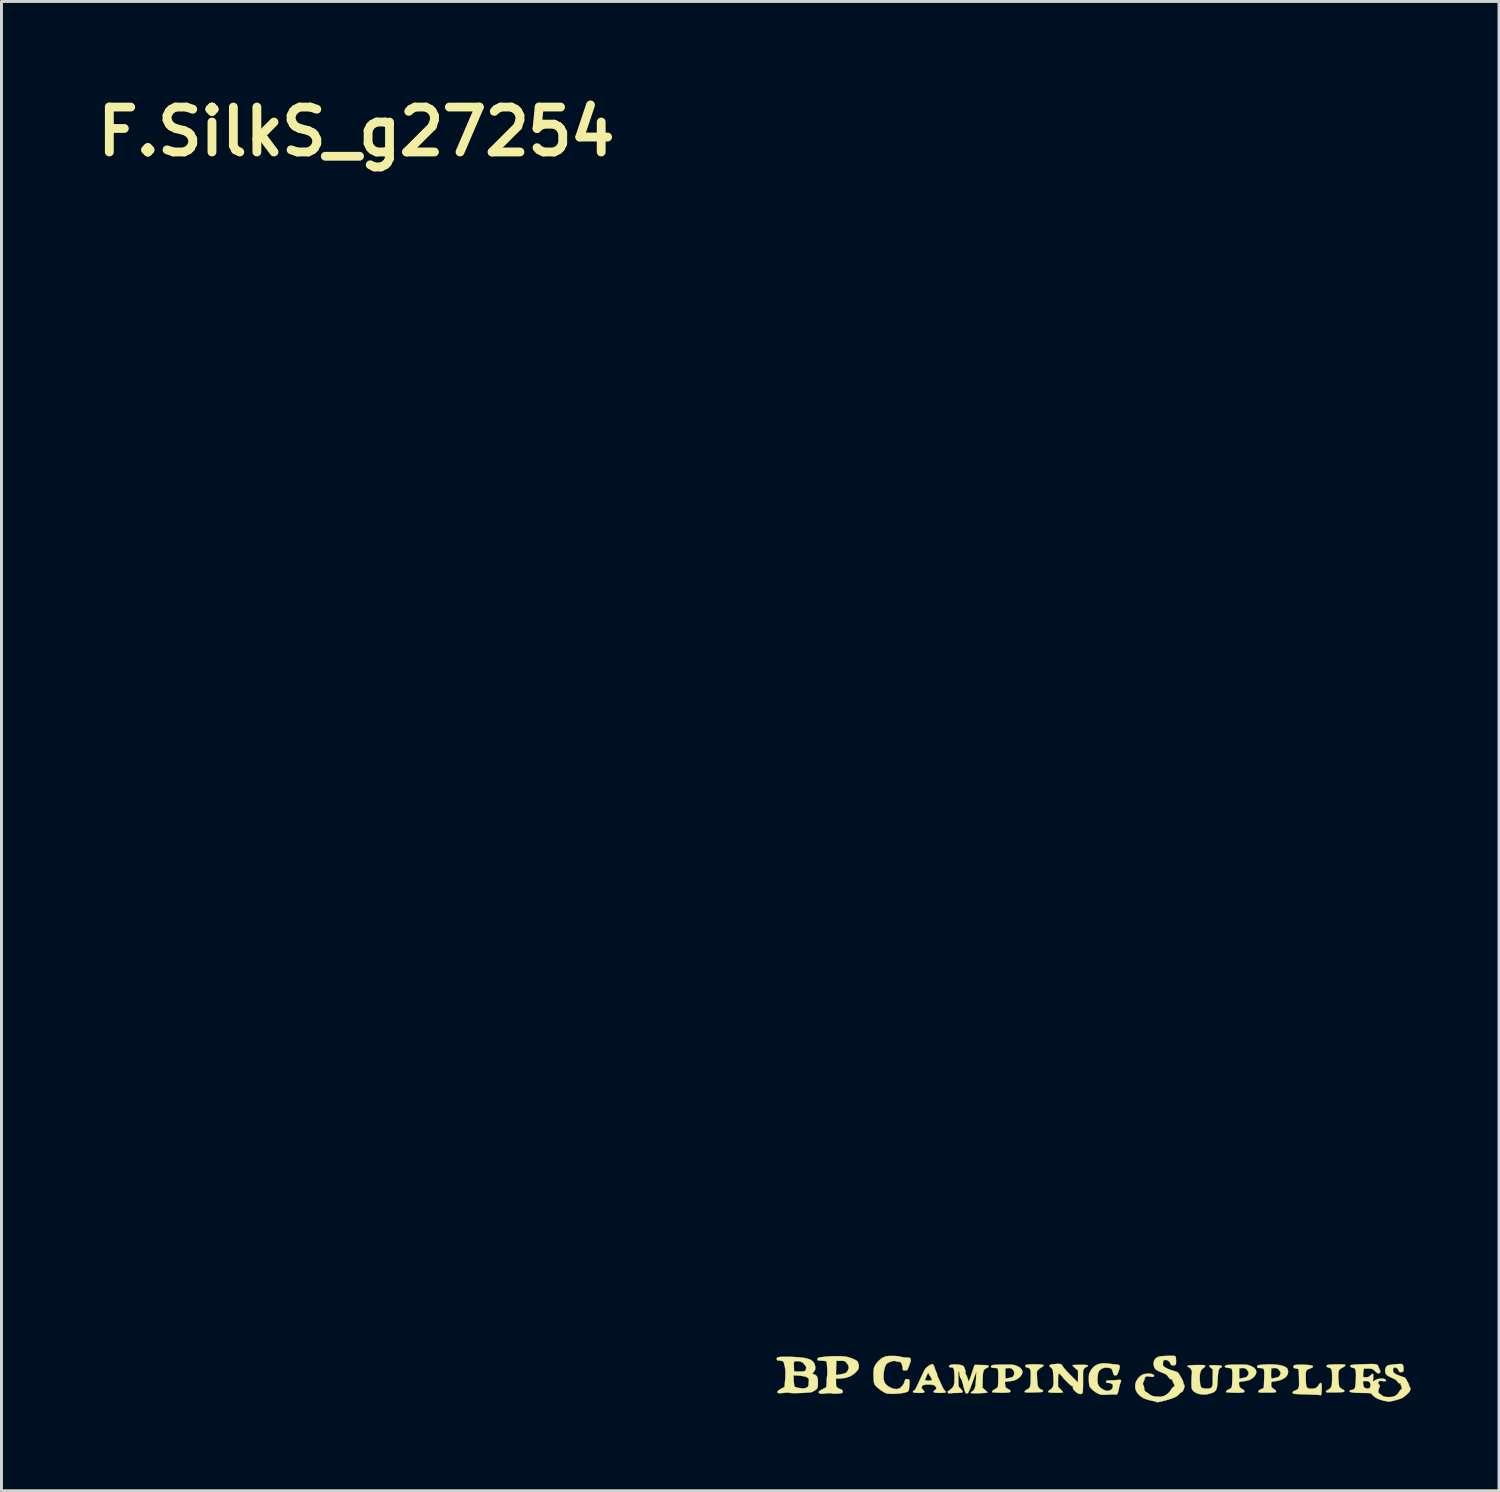
<source format=kicad_pcb>
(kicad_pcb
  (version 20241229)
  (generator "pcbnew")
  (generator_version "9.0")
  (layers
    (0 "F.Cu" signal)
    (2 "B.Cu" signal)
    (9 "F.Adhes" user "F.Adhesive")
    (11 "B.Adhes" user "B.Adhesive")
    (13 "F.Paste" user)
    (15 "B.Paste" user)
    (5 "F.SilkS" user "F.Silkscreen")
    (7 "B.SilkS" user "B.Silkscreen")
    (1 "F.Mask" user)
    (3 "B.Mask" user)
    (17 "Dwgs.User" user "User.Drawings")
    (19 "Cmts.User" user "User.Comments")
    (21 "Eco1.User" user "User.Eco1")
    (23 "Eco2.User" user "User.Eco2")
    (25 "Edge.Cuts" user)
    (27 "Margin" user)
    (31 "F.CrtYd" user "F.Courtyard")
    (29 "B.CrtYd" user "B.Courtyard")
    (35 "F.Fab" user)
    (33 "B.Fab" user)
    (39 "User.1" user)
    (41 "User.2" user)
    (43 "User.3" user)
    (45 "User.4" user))
  (footprint "F.SilkS_g27254"
    (layer "F.Cu")
    (at 9.042 1.418)
    (property "Reference" "F.SilkS_g27254" (at 0 0 0) (layer "F.SilkS") (effects (font (size 1.524 1.524) (thickness 0.3))))
    (attr through_hole)
    (fp_poly (pts (xy 33.413 41.831) (xy 33.491 41.834) (xy 33.543 41.84) (xy 33.56 41.846) (xy 33.556 41.876) (xy 33.513 41.914) (xy 33.448 41.95) (xy 33.394 41.982) (xy 33.357 42.019) (xy 33.334 42.068) (xy 33.324 42.138) (xy 33.323 42.235) (xy 33.329 42.349) (xy 33.335 42.453) (xy 33.343 42.524) (xy 33.352 42.57) (xy 33.367 42.601) (xy 33.388 42.626) (xy 33.406 42.641) (xy 33.454 42.675) (xy 33.493 42.693) (xy 33.498 42.693) (xy 33.523 42.711) (xy 33.528 42.734) (xy 33.525 42.751) (xy 33.512 42.763) (xy 33.482 42.771) (xy 33.428 42.776) (xy 33.344 42.78) (xy 33.258 42.782) (xy 33.151 42.784) (xy 33.056 42.784) (xy 32.983 42.784) (xy 32.941 42.782) (xy 32.939 42.781) (xy 32.903 42.767) (xy 32.906 42.742) (xy 32.947 42.708) (xy 32.976 42.691) (xy 33.028 42.66) (xy 33.064 42.626) (xy 33.088 42.582) (xy 33.103 42.519) (xy 33.109 42.431) (xy 33.111 42.309) (xy 33.112 42.29) (xy 33.111 42.165) (xy 33.106 42.076) (xy 33.095 42.017) (xy 33.076 41.979) (xy 33.046 41.957) (xy 33.004 41.943) (xy 32.998 41.941) (xy 32.94 41.92) (xy 32.92 41.891) (xy 32.94 41.859) (xy 32.944 41.856) (xy 32.976 41.847) (xy 33.039 41.84) (xy 33.123 41.835) (xy 33.22 41.831) (xy 33.32 41.83) (xy 33.413 41.831)) (stroke (width 0.01) (type solid)) (fill yes) (layer "F.SilkS"))
    (fp_poly (pts (xy 23.077 41.829) (xy 23.17 41.832) (xy 23.249 41.839) (xy 23.303 41.849) (xy 23.326 41.861) (xy 23.326 41.862) (xy 23.309 41.89) (xy 23.267 41.922) (xy 23.258 41.927) (xy 23.195 41.967) (xy 23.139 42.012) (xy 23.117 42.035) (xy 23.103 42.058) (xy 23.096 42.089) (xy 23.094 42.139) (xy 23.096 42.214) (xy 23.102 42.319) (xy 23.109 42.429) (xy 23.116 42.505) (xy 23.126 42.557) (xy 23.139 42.592) (xy 23.159 42.62) (xy 23.172 42.635) (xy 23.218 42.673) (xy 23.26 42.693) (xy 23.266 42.693) (xy 23.297 42.708) (xy 23.303 42.739) (xy 23.282 42.765) (xy 23.278 42.767) (xy 23.246 42.771) (xy 23.182 42.775) (xy 23.096 42.779) (xy 23 42.782) (xy 22.901 42.784) (xy 22.813 42.785) (xy 22.744 42.784) (xy 22.704 42.782) (xy 22.703 42.781) (xy 22.676 42.765) (xy 22.685 42.737) (xy 22.728 42.703) (xy 22.752 42.689) (xy 22.802 42.661) (xy 22.838 42.629) (xy 22.861 42.586) (xy 22.875 42.525) (xy 22.883 42.438) (xy 22.886 42.317) (xy 22.886 42.293) (xy 22.887 42.168) (xy 22.883 42.079) (xy 22.873 42.018) (xy 22.854 41.98) (xy 22.825 41.957) (xy 22.783 41.944) (xy 22.774 41.941) (xy 22.715 41.919) (xy 22.696 41.888) (xy 22.711 41.858) (xy 22.741 41.845) (xy 22.802 41.836) (xy 22.884 41.831) (xy 22.979 41.828) (xy 23.077 41.829)) (stroke (width 0.01) (type solid)) (fill yes) (layer "F.SilkS"))
    (fp_poly (pts (xy 32.108 41.841) (xy 32.228 41.846) (xy 32.351 41.857) (xy 32.37 41.859) (xy 32.439 41.875) (xy 32.466 41.899) (xy 32.452 41.928) (xy 32.397 41.959) (xy 32.376 41.966) (xy 32.311 41.991) (xy 32.266 42.017) (xy 32.237 42.052) (xy 32.222 42.104) (xy 32.217 42.181) (xy 32.218 42.29) (xy 32.219 42.327) (xy 32.224 42.452) (xy 32.233 42.541) (xy 32.249 42.599) (xy 32.277 42.634) (xy 32.319 42.651) (xy 32.38 42.657) (xy 32.411 42.657) (xy 32.506 42.651) (xy 32.572 42.628) (xy 32.621 42.583) (xy 32.65 42.536) (xy 32.684 42.488) (xy 32.719 42.462) (xy 32.727 42.46) (xy 32.743 42.465) (xy 32.753 42.484) (xy 32.759 42.526) (xy 32.76 42.596) (xy 32.759 42.665) (xy 32.754 42.777) (xy 32.743 42.849) (xy 32.727 42.882) (xy 32.703 42.877) (xy 32.699 42.874) (xy 32.676 42.87) (xy 32.617 42.865) (xy 32.528 42.861) (xy 32.417 42.856) (xy 32.29 42.852) (xy 32.267 42.851) (xy 32.136 42.847) (xy 32.017 42.843) (xy 31.919 42.838) (xy 31.847 42.833) (xy 31.81 42.829) (xy 31.808 42.829) (xy 31.774 42.804) (xy 31.773 42.771) (xy 31.802 42.741) (xy 31.838 42.728) (xy 31.901 42.702) (xy 31.949 42.665) (xy 31.967 42.643) (xy 31.98 42.618) (xy 31.987 42.581) (xy 31.991 42.526) (xy 31.991 42.445) (xy 31.989 42.33) (xy 31.989 42.312) (xy 31.986 42.202) (xy 31.981 42.108) (xy 31.976 42.037) (xy 31.97 41.997) (xy 31.967 41.992) (xy 31.937 41.98) (xy 31.884 41.97) (xy 31.877 41.97) (xy 31.818 41.953) (xy 31.796 41.918) (xy 31.811 41.871) (xy 31.842 41.856) (xy 31.907 41.846) (xy 31.998 41.841) (xy 32.108 41.841)) (stroke (width 0.01) (type solid)) (fill yes) (layer "F.SilkS"))
    (fp_poly (pts (xy 28.71 41.853) (xy 28.763 41.856) (xy 28.793 41.863) (xy 28.805 41.873) (xy 28.808 41.885) (xy 28.791 41.919) (xy 28.75 41.953) (xy 28.748 41.954) (xy 28.688 42.002) (xy 28.648 42.07) (xy 28.626 42.164) (xy 28.62 42.289) (xy 28.622 42.36) (xy 28.631 42.476) (xy 28.646 42.556) (xy 28.671 42.607) (xy 28.712 42.636) (xy 28.772 42.649) (xy 28.808 42.652) (xy 28.892 42.655) (xy 28.947 42.651) (xy 28.983 42.638) (xy 29.014 42.614) (xy 29.02 42.608) (xy 29.037 42.587) (xy 29.049 42.56) (xy 29.056 42.518) (xy 29.06 42.454) (xy 29.062 42.36) (xy 29.062 42.281) (xy 29.062 41.996) (xy 28.998 41.949) (xy 28.952 41.911) (xy 28.936 41.885) (xy 28.952 41.868) (xy 29.003 41.86) (xy 29.093 41.859) (xy 29.152 41.86) (xy 29.255 41.865) (xy 29.323 41.872) (xy 29.361 41.882) (xy 29.375 41.897) (xy 29.375 41.897) (xy 29.363 41.927) (xy 29.338 41.941) (xy 29.304 41.959) (xy 29.278 41.992) (xy 29.259 42.045) (xy 29.245 42.126) (xy 29.235 42.238) (xy 29.229 42.338) (xy 29.221 42.48) (xy 29.208 42.587) (xy 29.189 42.665) (xy 29.161 42.72) (xy 29.119 42.76) (xy 29.062 42.79) (xy 29.006 42.811) (xy 28.862 42.848) (xy 28.722 42.854) (xy 28.628 42.842) (xy 28.511 42.808) (xy 28.419 42.751) (xy 28.374 42.701) (xy 28.357 42.668) (xy 28.346 42.625) (xy 28.341 42.562) (xy 28.339 42.472) (xy 28.34 42.404) (xy 28.342 42.305) (xy 28.346 42.22) (xy 28.351 42.159) (xy 28.355 42.133) (xy 28.358 42.075) (xy 28.334 42.01) (xy 28.292 41.954) (xy 28.256 41.93) (xy 28.208 41.906) (xy 28.197 41.887) (xy 28.222 41.873) (xy 28.285 41.863) (xy 28.388 41.856) (xy 28.508 41.853) (xy 28.627 41.852) (xy 28.71 41.853)) (stroke (width 0.01) (type solid)) (fill yes) (layer "F.SilkS"))
    (fp_poly (pts (xy 31.137 41.834) (xy 31.29 41.849) (xy 31.418 41.876) (xy 31.517 41.913) (xy 31.581 41.96) (xy 31.599 41.987) (xy 31.622 42.081) (xy 31.606 42.169) (xy 31.553 42.248) (xy 31.468 42.315) (xy 31.353 42.366) (xy 31.211 42.399) (xy 31.207 42.4) (xy 31.124 42.411) (xy 31.074 42.424) (xy 31.049 42.445) (xy 31.043 42.486) (xy 31.047 42.554) (xy 31.049 42.584) (xy 31.068 42.617) (xy 31.114 42.654) (xy 31.131 42.664) (xy 31.189 42.705) (xy 31.21 42.746) (xy 31.21 42.747) (xy 31.208 42.763) (xy 31.196 42.775) (xy 31.169 42.782) (xy 31.12 42.786) (xy 31.043 42.788) (xy 30.931 42.789) (xy 30.909 42.789) (xy 30.79 42.789) (xy 30.707 42.788) (xy 30.654 42.784) (xy 30.623 42.777) (xy 30.61 42.766) (xy 30.607 42.751) (xy 30.628 42.715) (xy 30.689 42.678) (xy 30.7 42.673) (xy 30.793 42.633) (xy 30.806 42.362) (xy 30.81 42.253) (xy 30.811 42.214) (xy 31.04 42.214) (xy 31.043 42.271) (xy 31.053 42.3) (xy 31.073 42.309) (xy 31.101 42.305) (xy 31.153 42.294) (xy 31.219 42.281) (xy 31.227 42.279) (xy 31.294 42.256) (xy 31.336 42.209) (xy 31.338 42.205) (xy 31.364 42.142) (xy 31.362 42.094) (xy 31.329 42.042) (xy 31.306 42.017) (xy 31.262 41.975) (xy 31.22 41.957) (xy 31.159 41.956) (xy 31.144 41.956) (xy 31.045 41.963) (xy 31.041 42.122) (xy 31.04 42.214) (xy 30.811 42.214) (xy 30.811 42.154) (xy 30.808 42.075) (xy 30.803 42.028) (xy 30.802 42.026) (xy 30.788 41.989) (xy 30.765 41.969) (xy 30.719 41.96) (xy 30.673 41.956) (xy 30.608 41.951) (xy 30.576 41.941) (xy 30.567 41.921) (xy 30.569 41.904) (xy 30.575 41.882) (xy 30.592 41.867) (xy 30.628 41.856) (xy 30.692 41.848) (xy 30.776 41.84) (xy 30.964 41.83) (xy 31.137 41.834)) (stroke (width 0.01) (type solid)) (fill yes) (layer "F.SilkS"))
    (fp_poly (pts (xy 22.173 41.839) (xy 22.246 41.842) (xy 22.302 41.849) (xy 22.348 41.86) (xy 22.394 41.876) (xy 22.426 41.889) (xy 22.526 41.946) (xy 22.586 42.014) (xy 22.606 42.09) (xy 22.585 42.17) (xy 22.523 42.252) (xy 22.491 42.281) (xy 22.426 42.329) (xy 22.363 42.362) (xy 22.289 42.385) (xy 22.191 42.401) (xy 22.142 42.407) (xy 22.01 42.422) (xy 22.017 42.521) (xy 22.025 42.584) (xy 22.044 42.621) (xy 22.084 42.649) (xy 22.096 42.655) (xy 22.163 42.692) (xy 22.194 42.721) (xy 22.195 42.748) (xy 22.185 42.765) (xy 22.166 42.778) (xy 22.129 42.786) (xy 22.069 42.791) (xy 21.979 42.793) (xy 21.873 42.793) (xy 21.767 42.79) (xy 21.678 42.786) (xy 21.612 42.781) (xy 21.579 42.775) (xy 21.576 42.773) (xy 21.576 42.743) (xy 21.611 42.709) (xy 21.675 42.672) (xy 21.728 42.637) (xy 21.764 42.602) (xy 21.769 42.591) (xy 21.775 42.549) (xy 21.78 42.475) (xy 21.784 42.382) (xy 21.785 42.28) (xy 21.785 42.18) (xy 21.784 42.138) (xy 22.021 42.138) (xy 22.022 42.218) (xy 22.025 42.278) (xy 22.031 42.31) (xy 22.033 42.312) (xy 22.061 42.308) (xy 22.116 42.298) (xy 22.166 42.289) (xy 22.241 42.269) (xy 22.285 42.245) (xy 22.307 42.213) (xy 22.329 42.131) (xy 22.312 42.058) (xy 22.276 42.009) (xy 22.235 41.972) (xy 22.191 41.957) (xy 22.126 41.956) (xy 22.123 41.957) (xy 22.024 41.963) (xy 22.021 42.138) (xy 21.784 42.138) (xy 21.783 42.092) (xy 21.778 42.027) (xy 21.773 42) (xy 21.757 41.971) (xy 21.725 41.956) (xy 21.666 41.952) (xy 21.653 41.952) (xy 21.576 41.946) (xy 21.537 41.926) (xy 21.536 41.896) (xy 21.553 41.874) (xy 21.573 41.862) (xy 21.611 41.853) (xy 21.67 41.847) (xy 21.758 41.843) (xy 21.88 41.84) (xy 21.942 41.839) (xy 22.075 41.838) (xy 22.173 41.839)) (stroke (width 0.01) (type solid)) (fill yes) (layer "F.SilkS"))
    (fp_poly (pts (xy 30.112 41.839) (xy 30.185 41.843) (xy 30.24 41.849) (xy 30.287 41.86) (xy 30.332 41.876) (xy 30.363 41.889) (xy 30.463 41.946) (xy 30.523 42.014) (xy 30.543 42.09) (xy 30.522 42.172) (xy 30.46 42.255) (xy 30.433 42.28) (xy 30.368 42.328) (xy 30.298 42.363) (xy 30.213 42.387) (xy 30.099 42.405) (xy 30.073 42.408) (xy 30.004 42.418) (xy 29.968 42.43) (xy 29.953 42.45) (xy 29.951 42.479) (xy 29.961 42.565) (xy 29.992 42.622) (xy 30.047 42.661) (xy 30.107 42.694) (xy 30.133 42.723) (xy 30.131 42.758) (xy 30.129 42.764) (xy 30.118 42.776) (xy 30.091 42.785) (xy 30.043 42.79) (xy 29.966 42.793) (xy 29.856 42.793) (xy 29.82 42.792) (xy 29.713 42.79) (xy 29.621 42.786) (xy 29.553 42.78) (xy 29.517 42.774) (xy 29.513 42.772) (xy 29.516 42.741) (xy 29.551 42.707) (xy 29.611 42.676) (xy 29.624 42.671) (xy 29.684 42.638) (xy 29.706 42.602) (xy 29.715 42.539) (xy 29.722 42.449) (xy 29.727 42.344) (xy 29.729 42.238) (xy 29.729 42.142) (xy 29.729 42.138) (xy 29.959 42.138) (xy 29.959 42.218) (xy 29.963 42.278) (xy 29.969 42.31) (xy 29.971 42.312) (xy 29.999 42.308) (xy 30.054 42.298) (xy 30.105 42.288) (xy 30.176 42.271) (xy 30.218 42.25) (xy 30.245 42.217) (xy 30.258 42.192) (xy 30.278 42.143) (xy 30.278 42.107) (xy 30.257 42.063) (xy 30.247 42.047) (xy 30.197 41.987) (xy 30.133 41.958) (xy 30.045 41.955) (xy 30.033 41.956) (xy 29.961 41.963) (xy 29.959 42.138) (xy 29.729 42.138) (xy 29.725 42.07) (xy 29.722 42.048) (xy 29.712 41.999) (xy 29.695 41.973) (xy 29.66 41.96) (xy 29.595 41.953) (xy 29.592 41.952) (xy 29.512 41.939) (xy 29.473 41.918) (xy 29.476 41.888) (xy 29.494 41.869) (xy 29.526 41.858) (xy 29.591 41.849) (xy 29.692 41.843) (xy 29.832 41.84) (xy 29.881 41.839) (xy 30.014 41.838) (xy 30.112 41.839)) (stroke (width 0.01) (type solid)) (fill yes) (layer "F.SilkS"))
    (fp_poly (pts (xy 19.577 41.837) (xy 19.605 41.888) (xy 19.632 41.968) (xy 19.655 42.037) (xy 19.676 42.089) (xy 19.688 42.11) (xy 19.704 42.147) (xy 19.706 42.169) (xy 19.715 42.209) (xy 19.739 42.269) (xy 19.756 42.307) (xy 19.791 42.38) (xy 19.833 42.472) (xy 19.868 42.552) (xy 19.902 42.626) (xy 19.937 42.684) (xy 19.964 42.716) (xy 19.965 42.717) (xy 19.996 42.748) (xy 20.003 42.768) (xy 19.995 42.783) (xy 19.967 42.792) (xy 19.912 42.797) (xy 19.822 42.799) (xy 19.803 42.799) (xy 19.693 42.796) (xy 19.623 42.788) (xy 19.59 42.771) (xy 19.592 42.746) (xy 19.626 42.71) (xy 19.635 42.703) (xy 19.674 42.668) (xy 19.683 42.641) (xy 19.668 42.604) (xy 19.663 42.594) (xy 19.635 42.555) (xy 19.593 42.534) (xy 19.526 42.521) (xy 19.436 42.515) (xy 19.343 42.517) (xy 19.318 42.519) (xy 19.25 42.531) (xy 19.211 42.552) (xy 19.193 42.58) (xy 19.182 42.619) (xy 19.195 42.654) (xy 19.226 42.689) (xy 19.267 42.736) (xy 19.28 42.767) (xy 19.263 42.786) (xy 19.212 42.796) (xy 19.123 42.799) (xy 19.094 42.799) (xy 19.008 42.797) (xy 18.939 42.791) (xy 18.898 42.782) (xy 18.891 42.778) (xy 18.889 42.742) (xy 18.915 42.717) (xy 18.93 42.714) (xy 18.939 42.711) (xy 18.951 42.7) (xy 18.967 42.676) (xy 18.989 42.635) (xy 19.02 42.572) (xy 19.062 42.485) (xy 19.117 42.368) (xy 19.119 42.365) (xy 19.289 42.365) (xy 19.355 42.378) (xy 19.41 42.385) (xy 19.449 42.383) (xy 19.497 42.376) (xy 19.507 42.376) (xy 19.53 42.369) (xy 19.533 42.346) (xy 19.513 42.3) (xy 19.47 42.225) (xy 19.469 42.224) (xy 19.401 42.114) (xy 19.289 42.365) (xy 19.119 42.365) (xy 19.188 42.217) (xy 19.199 42.192) (xy 19.247 42.091) (xy 19.284 42.019) (xy 19.317 41.969) (xy 19.352 41.932) (xy 19.395 41.898) (xy 19.424 41.878) (xy 19.495 41.836) (xy 19.543 41.821) (xy 19.577 41.837)) (stroke (width 0.01) (type solid)) (fill yes) (layer "F.SilkS"))
    (fp_poly (pts (xy 25.554 41.808) (xy 25.644 41.821) (xy 25.731 41.83) (xy 25.792 41.834) (xy 25.857 41.842) (xy 25.895 41.865) (xy 25.907 41.909) (xy 25.896 41.979) (xy 25.861 42.081) (xy 25.86 42.082) (xy 25.832 42.151) (xy 25.807 42.188) (xy 25.78 42.204) (xy 25.757 42.206) (xy 25.722 42.201) (xy 25.7 42.18) (xy 25.683 42.132) (xy 25.675 42.102) (xy 25.654 42.026) (xy 25.625 41.982) (xy 25.579 41.958) (xy 25.504 41.944) (xy 25.389 41.943) (xy 25.291 41.98) (xy 25.227 42.03) (xy 25.196 42.066) (xy 25.176 42.11) (xy 25.163 42.175) (xy 25.156 42.24) (xy 25.149 42.376) (xy 25.161 42.48) (xy 25.195 42.561) (xy 25.255 42.627) (xy 25.344 42.685) (xy 25.362 42.695) (xy 25.446 42.728) (xy 25.517 42.731) (xy 25.589 42.705) (xy 25.646 42.662) (xy 25.672 42.602) (xy 25.675 42.555) (xy 25.657 42.503) (xy 25.602 42.471) (xy 25.518 42.46) (xy 25.466 42.456) (xy 25.445 42.438) (xy 25.442 42.418) (xy 25.448 42.393) (xy 25.47 42.38) (xy 25.521 42.376) (xy 25.553 42.376) (xy 25.637 42.373) (xy 25.737 42.368) (xy 25.807 42.362) (xy 25.883 42.356) (xy 25.926 42.356) (xy 25.945 42.366) (xy 25.95 42.385) (xy 25.95 42.39) (xy 25.941 42.434) (xy 25.931 42.451) (xy 25.917 42.481) (xy 25.901 42.54) (xy 25.886 42.608) (xy 25.864 42.717) (xy 25.845 42.79) (xy 25.824 42.834) (xy 25.799 42.854) (xy 25.766 42.857) (xy 25.751 42.855) (xy 25.701 42.852) (xy 25.622 42.852) (xy 25.529 42.856) (xy 25.489 42.859) (xy 25.381 42.865) (xy 25.304 42.863) (xy 25.245 42.853) (xy 25.21 42.842) (xy 25.094 42.783) (xy 24.987 42.7) (xy 24.938 42.651) (xy 24.904 42.612) (xy 24.882 42.576) (xy 24.869 42.531) (xy 24.862 42.465) (xy 24.857 42.389) (xy 24.855 42.256) (xy 24.865 42.164) (xy 24.873 42.135) (xy 24.945 41.999) (xy 25.038 41.898) (xy 25.153 41.831) (xy 25.293 41.797) (xy 25.458 41.796) (xy 25.554 41.808)) (stroke (width 0.01) (type solid)) (fill yes) (layer "F.SilkS"))
    (fp_poly (pts (xy 18.282 41.546) (xy 18.375 41.554) (xy 18.448 41.566) (xy 18.468 41.571) (xy 18.539 41.588) (xy 18.627 41.599) (xy 18.675 41.601) (xy 18.745 41.604) (xy 18.784 41.612) (xy 18.803 41.631) (xy 18.811 41.654) (xy 18.812 41.71) (xy 18.796 41.771) (xy 18.773 41.832) (xy 18.745 41.907) (xy 18.735 41.936) (xy 18.712 41.996) (xy 18.69 42.025) (xy 18.656 42.036) (xy 18.621 42.037) (xy 18.569 42.034) (xy 18.547 42.018) (xy 18.542 41.978) (xy 18.542 41.964) (xy 18.532 41.893) (xy 18.509 41.821) (xy 18.506 41.815) (xy 18.477 41.766) (xy 18.442 41.745) (xy 18.394 41.741) (xy 18.338 41.735) (xy 18.3 41.722) (xy 18.297 41.72) (xy 18.263 41.712) (xy 18.204 41.719) (xy 18.134 41.739) (xy 18.065 41.767) (xy 18.011 41.799) (xy 17.997 41.81) (xy 17.957 41.872) (xy 17.925 41.965) (xy 17.902 42.075) (xy 17.89 42.191) (xy 17.892 42.301) (xy 17.908 42.393) (xy 17.91 42.399) (xy 17.939 42.466) (xy 17.979 42.519) (xy 18.042 42.568) (xy 18.109 42.609) (xy 18.229 42.66) (xy 18.339 42.67) (xy 18.433 42.642) (xy 18.487 42.601) (xy 18.54 42.54) (xy 18.583 42.473) (xy 18.604 42.414) (xy 18.605 42.402) (xy 18.623 42.353) (xy 18.667 42.329) (xy 18.727 42.335) (xy 18.73 42.336) (xy 18.755 42.347) (xy 18.769 42.364) (xy 18.775 42.395) (xy 18.774 42.451) (xy 18.768 42.539) (xy 18.768 42.54) (xy 18.758 42.641) (xy 18.746 42.706) (xy 18.728 42.742) (xy 18.72 42.75) (xy 18.662 42.776) (xy 18.573 42.798) (xy 18.462 42.816) (xy 18.34 42.827) (xy 18.217 42.833) (xy 18.104 42.83) (xy 18.011 42.82) (xy 17.968 42.809) (xy 17.9 42.775) (xy 17.816 42.721) (xy 17.729 42.656) (xy 17.653 42.59) (xy 17.6 42.533) (xy 17.599 42.531) (xy 17.58 42.497) (xy 17.566 42.453) (xy 17.558 42.392) (xy 17.553 42.302) (xy 17.551 42.238) (xy 17.551 42.099) (xy 17.559 41.992) (xy 17.573 41.927) (xy 17.624 41.828) (xy 17.704 41.729) (xy 17.8 41.644) (xy 17.871 41.6) (xy 17.93 41.572) (xy 17.986 41.556) (xy 18.051 41.547) (xy 18.14 41.544) (xy 18.182 41.544) (xy 18.282 41.546)) (stroke (width 0.01) (type solid)) (fill yes) (layer "F.SilkS"))
    (fp_poly (pts (xy 16.412 41.554) (xy 16.535 41.56) (xy 16.63 41.572) (xy 16.641 41.574) (xy 16.724 41.596) (xy 16.819 41.63) (xy 16.881 41.655) (xy 16.953 41.69) (xy 16.995 41.72) (xy 17.02 41.756) (xy 17.035 41.798) (xy 17.053 41.881) (xy 17.049 41.951) (xy 17.019 42.017) (xy 16.96 42.086) (xy 16.869 42.168) (xy 16.861 42.174) (xy 16.743 42.245) (xy 16.595 42.291) (xy 16.422 42.311) (xy 16.388 42.311) (xy 16.277 42.312) (xy 16.277 42.448) (xy 16.279 42.524) (xy 16.287 42.57) (xy 16.305 42.601) (xy 16.339 42.628) (xy 16.339 42.628) (xy 16.389 42.658) (xy 16.428 42.672) (xy 16.431 42.672) (xy 16.475 42.69) (xy 16.503 42.733) (xy 16.506 42.772) (xy 16.495 42.792) (xy 16.465 42.806) (xy 16.407 42.816) (xy 16.34 42.823) (xy 16.258 42.826) (xy 16.189 42.824) (xy 16.146 42.817) (xy 16.144 42.816) (xy 16.101 42.808) (xy 16.028 42.807) (xy 15.936 42.814) (xy 15.837 42.827) (xy 15.822 42.83) (xy 15.768 42.828) (xy 15.732 42.819) (xy 15.691 42.792) (xy 15.691 42.758) (xy 15.732 42.72) (xy 15.805 42.681) (xy 15.872 42.649) (xy 15.922 42.62) (xy 15.943 42.602) (xy 15.951 42.569) (xy 15.957 42.507) (xy 15.96 42.43) (xy 15.96 42.429) (xy 15.963 42.34) (xy 15.97 42.256) (xy 15.979 42.202) (xy 15.98 42.191) (xy 16.276 42.191) (xy 16.375 42.178) (xy 16.457 42.164) (xy 16.537 42.147) (xy 16.555 42.142) (xy 16.618 42.116) (xy 16.661 42.069) (xy 16.68 42.036) (xy 16.708 41.962) (xy 16.706 41.898) (xy 16.672 41.829) (xy 16.637 41.783) (xy 16.603 41.744) (xy 16.571 41.721) (xy 16.528 41.712) (xy 16.462 41.709) (xy 16.432 41.709) (xy 16.288 41.709) (xy 16.282 41.95) (xy 16.276 42.191) (xy 15.98 42.191) (xy 15.983 42.159) (xy 15.983 42.088) (xy 15.98 42.003) (xy 15.975 41.913) (xy 15.968 41.83) (xy 15.96 41.764) (xy 15.952 41.727) (xy 15.95 41.724) (xy 15.927 41.719) (xy 15.874 41.713) (xy 15.805 41.707) (xy 15.73 41.702) (xy 15.688 41.7) (xy 15.652 41.69) (xy 15.645 41.655) (xy 15.646 41.651) (xy 15.653 41.628) (xy 15.672 41.611) (xy 15.71 41.599) (xy 15.777 41.587) (xy 15.843 41.578) (xy 15.975 41.565) (xy 16.12 41.556) (xy 16.27 41.553) (xy 16.412 41.554)) (stroke (width 0.01) (type solid)) (fill yes) (layer "F.SilkS"))
    (fp_poly (pts (xy 23.878 41.816) (xy 23.921 41.83) (xy 23.952 41.861) (xy 23.983 41.911) (xy 23.988 41.922) (xy 24.015 41.958) (xy 24.066 42.017) (xy 24.135 42.092) (xy 24.215 42.175) (xy 24.256 42.215) (xy 24.49 42.447) (xy 24.49 42.042) (xy 24.395 41.96) (xy 24.344 41.914) (xy 24.309 41.878) (xy 24.3 41.862) (xy 24.319 41.856) (xy 24.373 41.851) (xy 24.454 41.848) (xy 24.552 41.847) (xy 24.564 41.846) (xy 24.676 41.847) (xy 24.752 41.85) (xy 24.799 41.856) (xy 24.822 41.865) (xy 24.828 41.878) (xy 24.828 41.878) (xy 24.811 41.906) (xy 24.796 41.91) (xy 24.76 41.924) (xy 24.715 41.958) (xy 24.71 41.963) (xy 24.691 41.983) (xy 24.677 42.005) (xy 24.668 42.034) (xy 24.662 42.078) (xy 24.66 42.143) (xy 24.66 42.236) (xy 24.661 42.365) (xy 24.661 42.37) (xy 24.661 42.493) (xy 24.659 42.605) (xy 24.656 42.697) (xy 24.652 42.76) (xy 24.649 42.783) (xy 24.623 42.827) (xy 24.577 42.84) (xy 24.505 42.822) (xy 24.479 42.811) (xy 24.426 42.776) (xy 24.371 42.723) (xy 24.356 42.705) (xy 24.32 42.653) (xy 24.31 42.62) (xy 24.322 42.596) (xy 24.336 42.574) (xy 24.319 42.576) (xy 24.315 42.578) (xy 24.282 42.569) (xy 24.223 42.526) (xy 24.141 42.45) (xy 24.132 42.441) (xy 24.069 42.378) (xy 24.019 42.326) (xy 23.988 42.292) (xy 23.982 42.283) (xy 23.969 42.263) (xy 23.935 42.224) (xy 23.91 42.197) (xy 23.872 42.159) (xy 23.845 42.144) (xy 23.828 42.155) (xy 23.818 42.196) (xy 23.814 42.272) (xy 23.813 42.385) (xy 23.812 42.39) (xy 23.812 42.592) (xy 23.897 42.677) (xy 23.943 42.726) (xy 23.974 42.765) (xy 23.982 42.78) (xy 23.962 42.787) (xy 23.908 42.793) (xy 23.828 42.796) (xy 23.731 42.796) (xy 23.728 42.796) (xy 23.607 42.793) (xy 23.526 42.786) (xy 23.483 42.773) (xy 23.474 42.753) (xy 23.498 42.724) (xy 23.552 42.685) (xy 23.556 42.682) (xy 23.601 42.646) (xy 23.632 42.602) (xy 23.651 42.542) (xy 23.66 42.462) (xy 23.659 42.352) (xy 23.652 42.216) (xy 23.645 42.116) (xy 23.637 42.049) (xy 23.627 42.006) (xy 23.611 41.977) (xy 23.586 41.953) (xy 23.574 41.943) (xy 23.529 41.901) (xy 23.519 41.87) (xy 23.545 41.846) (xy 23.609 41.83) (xy 23.713 41.819) (xy 23.718 41.819) (xy 23.814 41.813) (xy 23.878 41.816)) (stroke (width 0.01) (type solid)) (fill yes) (layer "F.SilkS"))
    (fp_poly (pts (xy 14.621 41.574) (xy 14.744 41.576) (xy 14.817 41.578) (xy 15.016 41.59) (xy 15.178 41.608) (xy 15.305 41.634) (xy 15.403 41.67) (xy 15.476 41.716) (xy 15.527 41.775) (xy 15.55 41.819) (xy 15.578 41.924) (xy 15.568 42.015) (xy 15.523 42.087) (xy 15.468 42.142) (xy 15.522 42.163) (xy 15.587 42.194) (xy 15.628 42.234) (xy 15.652 42.294) (xy 15.662 42.38) (xy 15.663 42.449) (xy 15.662 42.538) (xy 15.658 42.595) (xy 15.646 42.633) (xy 15.626 42.662) (xy 15.605 42.682) (xy 15.561 42.717) (xy 15.526 42.735) (xy 15.522 42.736) (xy 15.493 42.752) (xy 15.489 42.761) (xy 15.466 42.77) (xy 15.409 42.779) (xy 15.326 42.787) (xy 15.226 42.795) (xy 15.116 42.801) (xy 15.004 42.805) (xy 14.9 42.807) (xy 14.81 42.807) (xy 14.744 42.804) (xy 14.71 42.797) (xy 14.669 42.789) (xy 14.607 42.789) (xy 14.583 42.791) (xy 14.483 42.801) (xy 14.416 42.807) (xy 14.373 42.809) (xy 14.345 42.808) (xy 14.325 42.804) (xy 14.29 42.785) (xy 14.292 42.753) (xy 14.329 42.712) (xy 14.399 42.667) (xy 14.409 42.661) (xy 14.531 42.598) (xy 14.546 42.418) (xy 14.558 42.272) (xy 14.561 42.2) (xy 14.835 42.2) (xy 14.844 42.385) (xy 14.851 42.47) (xy 14.86 42.539) (xy 14.869 42.581) (xy 14.873 42.588) (xy 14.904 42.602) (xy 14.964 42.619) (xy 15.039 42.634) (xy 15.114 42.645) (xy 15.162 42.648) (xy 15.224 42.64) (xy 15.283 42.619) (xy 15.329 42.585) (xy 15.345 42.539) (xy 15.346 42.515) (xy 15.35 42.443) (xy 15.358 42.382) (xy 15.352 42.323) (xy 15.308 42.277) (xy 15.224 42.243) (xy 15.101 42.22) (xy 15.025 42.213) (xy 14.835 42.2) (xy 14.561 42.2) (xy 14.563 42.159) (xy 14.562 42.067) (xy 14.555 41.987) (xy 14.541 41.909) (xy 14.532 41.872) (xy 14.528 41.857) (xy 14.847 41.857) (xy 14.849 41.933) (xy 14.852 42.006) (xy 14.856 42.062) (xy 14.857 42.064) (xy 14.877 42.071) (xy 14.93 42.075) (xy 15.006 42.076) (xy 15.043 42.075) (xy 15.131 42.071) (xy 15.187 42.066) (xy 15.219 42.056) (xy 15.238 42.037) (xy 15.252 42.007) (xy 15.253 42.004) (xy 15.266 41.961) (xy 15.262 41.924) (xy 15.237 41.875) (xy 15.222 41.852) (xy 15.16 41.78) (xy 15.079 41.737) (xy 14.972 41.72) (xy 14.94 41.72) (xy 14.881 41.727) (xy 14.854 41.75) (xy 14.852 41.757) (xy 14.848 41.793) (xy 14.847 41.857) (xy 14.528 41.857) (xy 14.512 41.795) (xy 14.494 41.749) (xy 14.472 41.725) (xy 14.441 41.713) (xy 14.431 41.711) (xy 14.367 41.702) (xy 14.317 41.698) (xy 14.278 41.689) (xy 14.266 41.652) (xy 14.266 41.647) (xy 14.272 41.614) (xy 14.294 41.596) (xy 14.346 41.583) (xy 14.367 41.58) (xy 14.422 41.576) (xy 14.51 41.574) (xy 14.621 41.574)) (stroke (width 0.01) (type solid)) (fill yes) (layer "F.SilkS"))
    (fp_poly (pts (xy 20.417 41.838) (xy 20.5 41.85) (xy 20.566 41.867) (xy 20.6 41.886) (xy 20.628 41.932) (xy 20.653 41.993) (xy 20.669 42.053) (xy 20.671 42.095) (xy 20.669 42.101) (xy 20.67 42.132) (xy 20.69 42.181) (xy 20.698 42.196) (xy 20.731 42.266) (xy 20.754 42.339) (xy 20.755 42.345) (xy 20.768 42.39) (xy 20.782 42.406) (xy 20.785 42.404) (xy 20.798 42.377) (xy 20.82 42.32) (xy 20.849 42.241) (xy 20.871 42.175) (xy 20.902 42.08) (xy 20.931 41.995) (xy 20.952 41.93) (xy 20.961 41.905) (xy 20.981 41.848) (xy 21.216 41.852) (xy 21.321 41.855) (xy 21.391 41.86) (xy 21.433 41.868) (xy 21.453 41.879) (xy 21.458 41.891) (xy 21.445 41.925) (xy 21.402 41.951) (xy 21.35 41.976) (xy 21.312 42.005) (xy 21.287 42.045) (xy 21.271 42.104) (xy 21.261 42.189) (xy 21.256 42.307) (xy 21.255 42.342) (xy 21.247 42.622) (xy 21.337 42.7) (xy 21.385 42.744) (xy 21.413 42.777) (xy 21.416 42.789) (xy 21.392 42.794) (xy 21.333 42.8) (xy 21.249 42.805) (xy 21.147 42.81) (xy 21.127 42.811) (xy 21.001 42.814) (xy 20.915 42.812) (xy 20.866 42.805) (xy 20.85 42.791) (xy 20.864 42.771) (xy 20.893 42.752) (xy 20.94 42.715) (xy 20.974 42.666) (xy 20.998 42.598) (xy 21.015 42.505) (xy 21.025 42.378) (xy 21.028 42.333) (xy 21.041 42.069) (xy 20.907 42.439) (xy 20.859 42.572) (xy 20.821 42.669) (xy 20.792 42.737) (xy 20.769 42.781) (xy 20.75 42.805) (xy 20.732 42.815) (xy 20.727 42.816) (xy 20.703 42.817) (xy 20.683 42.806) (xy 20.665 42.778) (xy 20.646 42.728) (xy 20.622 42.648) (xy 20.592 42.533) (xy 20.591 42.53) (xy 20.569 42.447) (xy 20.549 42.38) (xy 20.534 42.34) (xy 20.53 42.333) (xy 20.498 42.287) (xy 20.475 42.218) (xy 20.468 42.156) (xy 20.462 42.102) (xy 20.447 42.069) (xy 20.445 42.067) (xy 20.435 42.075) (xy 20.429 42.114) (xy 20.427 42.189) (xy 20.428 42.302) (xy 20.429 42.319) (xy 20.436 42.585) (xy 20.505 42.656) (xy 20.557 42.715) (xy 20.576 42.756) (xy 20.562 42.781) (xy 20.51 42.794) (xy 20.419 42.799) (xy 20.397 42.799) (xy 20.305 42.801) (xy 20.222 42.805) (xy 20.162 42.811) (xy 20.154 42.812) (xy 20.103 42.816) (xy 20.078 42.797) (xy 20.074 42.79) (xy 20.067 42.758) (xy 20.069 42.75) (xy 20.157 42.688) (xy 20.22 42.632) (xy 20.262 42.573) (xy 20.286 42.502) (xy 20.296 42.41) (xy 20.297 42.289) (xy 20.295 42.233) (xy 20.29 42.115) (xy 20.283 42.032) (xy 20.27 41.979) (xy 20.249 41.949) (xy 20.218 41.935) (xy 20.173 41.932) (xy 20.165 41.931) (xy 20.121 41.921) (xy 20.111 41.896) (xy 20.132 41.867) (xy 20.182 41.842) (xy 20.182 41.842) (xy 20.246 41.833) (xy 20.328 41.832) (xy 20.417 41.838)) (stroke (width 0.01) (type solid)) (fill yes) (layer "F.SilkS"))
    (fp_poly (pts (xy 27.718 41.541) (xy 27.763 41.545) (xy 27.764 41.545) (xy 27.789 41.555) (xy 27.804 41.578) (xy 27.812 41.626) (xy 27.817 41.691) (xy 27.817 41.78) (xy 27.806 41.834) (xy 27.777 41.86) (xy 27.727 41.865) (xy 27.703 41.864) (xy 27.651 41.851) (xy 27.628 41.821) (xy 27.627 41.812) (xy 27.598 41.748) (xy 27.541 41.701) (xy 27.47 41.68) (xy 27.45 41.681) (xy 27.407 41.688) (xy 27.385 41.706) (xy 27.376 41.747) (xy 27.373 41.785) (xy 27.371 41.842) (xy 27.38 41.878) (xy 27.409 41.908) (xy 27.465 41.945) (xy 27.468 41.947) (xy 27.543 41.985) (xy 27.637 42.023) (xy 27.724 42.049) (xy 27.818 42.077) (xy 27.876 42.105) (xy 27.904 42.134) (xy 27.928 42.176) (xy 27.966 42.24) (xy 27.998 42.293) (xy 28.035 42.364) (xy 28.06 42.429) (xy 28.067 42.466) (xy 28.074 42.508) (xy 28.091 42.524) (xy 28.104 42.543) (xy 28.1 42.599) (xy 28.1 42.601) (xy 28.078 42.676) (xy 28.046 42.737) (xy 28.01 42.773) (xy 27.993 42.778) (xy 27.963 42.794) (xy 27.932 42.83) (xy 27.876 42.889) (xy 27.785 42.944) (xy 27.659 42.995) (xy 27.493 43.045) (xy 27.467 43.052) (xy 27.351 43.082) (xy 27.269 43.101) (xy 27.214 43.112) (xy 27.18 43.115) (xy 27.161 43.111) (xy 27.151 43.104) (xy 27.125 43.094) (xy 27.069 43.08) (xy 26.993 43.063) (xy 26.974 43.06) (xy 26.829 43.024) (xy 26.712 42.977) (xy 26.61 42.91) (xy 26.574 42.88) (xy 26.496 42.796) (xy 26.45 42.704) (xy 26.43 42.62) (xy 26.432 42.503) (xy 26.471 42.388) (xy 26.541 42.285) (xy 26.637 42.204) (xy 26.671 42.185) (xy 26.744 42.159) (xy 26.827 42.146) (xy 26.911 42.144) (xy 26.987 42.155) (xy 27.043 42.175) (xy 27.071 42.205) (xy 27.072 42.214) (xy 27.058 42.246) (xy 27.014 42.257) (xy 26.936 42.247) (xy 26.918 42.243) (xy 26.833 42.234) (xy 26.778 42.253) (xy 26.754 42.299) (xy 26.754 42.309) (xy 26.744 42.35) (xy 26.721 42.407) (xy 26.715 42.418) (xy 26.693 42.471) (xy 26.692 42.506) (xy 26.708 42.539) (xy 26.729 42.593) (xy 26.738 42.659) (xy 26.738 42.661) (xy 26.745 42.718) (xy 26.774 42.753) (xy 26.801 42.769) (xy 26.862 42.807) (xy 26.922 42.854) (xy 26.924 42.855) (xy 27.001 42.898) (xy 27.115 42.923) (xy 27.266 42.93) (xy 27.291 42.929) (xy 27.398 42.907) (xy 27.502 42.852) (xy 27.59 42.772) (xy 27.635 42.707) (xy 27.673 42.647) (xy 27.711 42.605) (xy 27.731 42.593) (xy 27.763 42.576) (xy 27.767 42.544) (xy 27.743 42.49) (xy 27.727 42.463) (xy 27.702 42.41) (xy 27.694 42.368) (xy 27.695 42.361) (xy 27.695 42.342) (xy 27.686 42.344) (xy 27.648 42.345) (xy 27.6 42.314) (xy 27.553 42.258) (xy 27.543 42.242) (xy 27.506 42.196) (xy 27.452 42.158) (xy 27.369 42.122) (xy 27.366 42.121) (xy 27.247 42.073) (xy 27.164 42.03) (xy 27.11 41.986) (xy 27.078 41.939) (xy 27.074 41.927) (xy 27.052 41.814) (xy 27.066 41.715) (xy 27.113 41.636) (xy 27.191 41.581) (xy 27.283 41.557) (xy 27.358 41.55) (xy 27.451 41.545) (xy 27.55 41.542) (xy 27.643 41.54) (xy 27.718 41.541)) (stroke (width 0.01) (type solid)) (fill yes) (layer "F.SilkS"))
    (fp_poly (pts (xy 35.479 41.821) (xy 35.513 41.848) (xy 35.533 41.912) (xy 35.539 42) (xy 35.534 42.054) (xy 35.515 42.081) (xy 35.486 42.092) (xy 35.418 42.096) (xy 35.378 42.069) (xy 35.366 42.034) (xy 35.342 41.987) (xy 35.294 41.95) (xy 35.24 41.934) (xy 35.214 41.938) (xy 35.186 41.97) (xy 35.179 42.025) (xy 35.185 42.078) (xy 35.211 42.116) (xy 35.258 42.151) (xy 35.324 42.186) (xy 35.408 42.22) (xy 35.468 42.239) (xy 35.545 42.265) (xy 35.596 42.292) (xy 35.611 42.309) (xy 35.63 42.348) (xy 35.661 42.404) (xy 35.676 42.429) (xy 35.708 42.49) (xy 35.727 42.545) (xy 35.729 42.561) (xy 35.737 42.598) (xy 35.751 42.608) (xy 35.767 42.626) (xy 35.769 42.667) (xy 35.758 42.719) (xy 35.744 42.748) (xy 35.704 42.798) (xy 35.641 42.859) (xy 35.569 42.919) (xy 35.501 42.966) (xy 35.484 42.975) (xy 35.424 42.999) (xy 35.34 43.027) (xy 35.245 43.053) (xy 35.152 43.076) (xy 35.075 43.09) (xy 35.032 43.094) (xy 34.985 43.088) (xy 34.912 43.074) (xy 34.829 43.056) (xy 34.825 43.055) (xy 34.69 43.011) (xy 34.577 42.953) (xy 34.494 42.885) (xy 34.469 42.854) (xy 34.455 42.834) (xy 34.437 42.82) (xy 34.409 42.811) (xy 34.363 42.805) (xy 34.294 42.802) (xy 34.192 42.801) (xy 34.12 42.8) (xy 33.963 42.797) (xy 33.845 42.79) (xy 33.764 42.778) (xy 33.717 42.762) (xy 33.701 42.739) (xy 33.703 42.73) (xy 33.728 42.71) (xy 33.776 42.697) (xy 33.776 42.697) (xy 33.824 42.689) (xy 33.859 42.67) (xy 33.883 42.634) (xy 33.9 42.577) (xy 33.91 42.49) (xy 33.91 42.485) (xy 34.163 42.485) (xy 34.176 42.572) (xy 34.215 42.626) (xy 34.283 42.649) (xy 34.311 42.651) (xy 34.365 42.646) (xy 34.393 42.626) (xy 34.41 42.582) (xy 34.418 42.515) (xy 34.397 42.455) (xy 34.371 42.419) (xy 34.336 42.402) (xy 34.276 42.397) (xy 34.264 42.397) (xy 34.163 42.397) (xy 34.163 42.485) (xy 33.91 42.485) (xy 33.917 42.369) (xy 33.918 42.334) (xy 33.922 42.194) (xy 33.918 42.09) (xy 33.906 42.02) (xy 33.886 41.976) (xy 33.855 41.955) (xy 33.829 41.952) (xy 33.784 41.939) (xy 33.751 41.92) (xy 33.724 41.892) (xy 33.727 41.87) (xy 33.763 41.853) (xy 33.835 41.842) (xy 33.944 41.834) (xy 34.041 41.83) (xy 34.149 41.827) (xy 34.245 41.824) (xy 34.319 41.821) (xy 34.361 41.82) (xy 34.364 41.82) (xy 34.489 41.818) (xy 34.583 41.826) (xy 34.642 41.843) (xy 34.662 41.862) (xy 34.678 41.903) (xy 34.705 41.963) (xy 34.717 41.989) (xy 34.743 42.049) (xy 34.748 42.085) (xy 34.735 42.111) (xy 34.703 42.137) (xy 34.667 42.136) (xy 34.618 42.106) (xy 34.565 42.058) (xy 34.516 42.013) (xy 34.476 41.988) (xy 34.429 41.976) (xy 34.361 41.974) (xy 34.333 41.974) (xy 34.19 41.974) (xy 34.177 42.053) (xy 34.167 42.127) (xy 34.163 42.199) (xy 34.163 42.201) (xy 34.165 42.243) (xy 34.18 42.263) (xy 34.218 42.269) (xy 34.259 42.27) (xy 34.328 42.264) (xy 34.376 42.242) (xy 34.416 42.204) (xy 34.458 42.166) (xy 34.49 42.15) (xy 34.498 42.151) (xy 34.508 42.179) (xy 34.51 42.238) (xy 34.507 42.292) (xy 34.496 42.421) (xy 34.576 42.367) (xy 34.656 42.33) (xy 34.752 42.312) (xy 34.844 42.315) (xy 34.905 42.334) (xy 34.941 42.363) (xy 34.942 42.388) (xy 34.913 42.404) (xy 34.861 42.405) (xy 34.818 42.396) (xy 34.748 42.389) (xy 34.696 42.408) (xy 34.672 42.45) (xy 34.671 42.46) (xy 34.688 42.503) (xy 34.708 42.521) (xy 34.731 42.54) (xy 34.732 42.567) (xy 34.716 42.612) (xy 34.684 42.701) (xy 34.676 42.761) (xy 34.69 42.801) (xy 34.716 42.821) (xy 34.77 42.855) (xy 34.814 42.89) (xy 34.853 42.916) (xy 34.908 42.932) (xy 34.991 42.94) (xy 35.015 42.941) (xy 35.148 42.935) (xy 35.253 42.901) (xy 35.334 42.837) (xy 35.387 42.761) (xy 35.421 42.709) (xy 35.453 42.677) (xy 35.464 42.672) (xy 35.481 42.656) (xy 35.48 42.617) (xy 35.462 42.571) (xy 35.449 42.551) (xy 35.437 42.51) (xy 35.44 42.495) (xy 35.437 42.474) (xy 35.411 42.476) (xy 35.373 42.47) (xy 35.338 42.429) (xy 35.333 42.421) (xy 35.29 42.37) (xy 35.218 42.324) (xy 35.161 42.298) (xy 35.084 42.262) (xy 35.016 42.227) (xy 34.976 42.201) (xy 34.929 42.14) (xy 34.91 42.062) (xy 34.918 41.98) (xy 34.951 41.908) (xy 34.992 41.87) (xy 35.03 41.858) (xy 35.099 41.845) (xy 35.187 41.833) (xy 35.281 41.824) (xy 35.369 41.818) (xy 35.44 41.817) (xy 35.479 41.821)) (stroke (width 0.01) (type solid)) (fill yes) (layer "F.SilkS")))
  (gr_rect
    (start -3 -3)
    (end 47.817 47.538)
    (stroke (width 0.1) (type default))
    (fill no)
    (layer "Edge.Cuts")))
</source>
